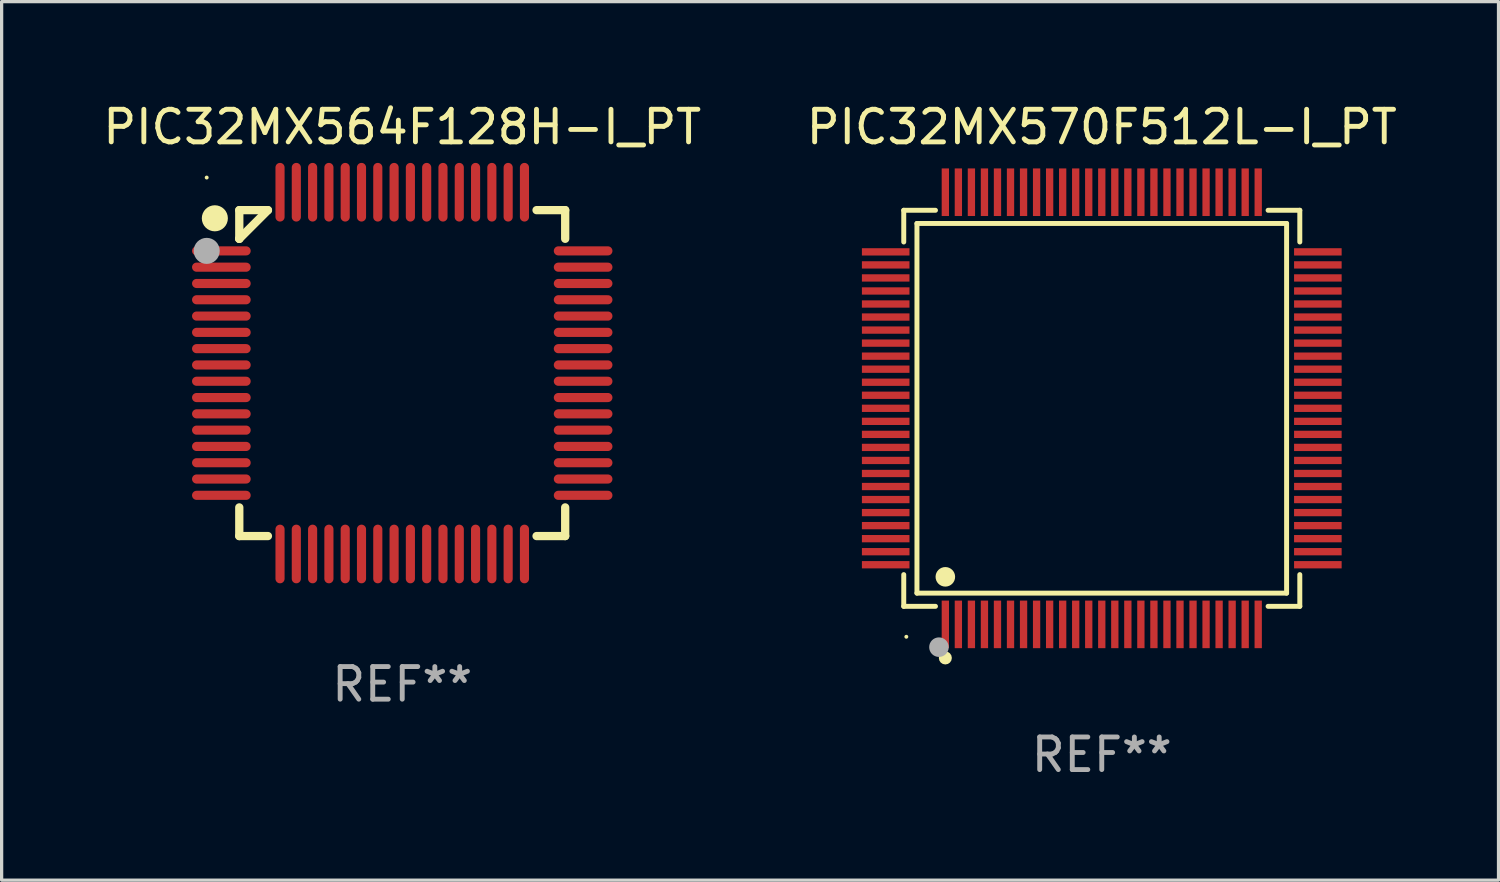
<source format=kicad_pcb>
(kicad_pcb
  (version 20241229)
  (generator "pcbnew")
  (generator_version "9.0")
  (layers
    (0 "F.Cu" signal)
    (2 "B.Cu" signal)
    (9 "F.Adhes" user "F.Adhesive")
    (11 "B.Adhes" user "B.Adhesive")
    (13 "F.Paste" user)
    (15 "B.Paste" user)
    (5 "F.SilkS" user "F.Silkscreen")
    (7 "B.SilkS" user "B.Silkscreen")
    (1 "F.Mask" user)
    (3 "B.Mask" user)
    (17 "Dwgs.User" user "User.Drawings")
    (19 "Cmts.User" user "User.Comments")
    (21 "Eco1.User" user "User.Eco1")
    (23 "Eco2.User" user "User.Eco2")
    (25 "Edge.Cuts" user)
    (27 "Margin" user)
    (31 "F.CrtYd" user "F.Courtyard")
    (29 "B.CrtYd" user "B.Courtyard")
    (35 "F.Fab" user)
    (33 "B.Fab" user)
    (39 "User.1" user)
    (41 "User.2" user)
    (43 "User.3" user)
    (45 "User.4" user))
  (footprint "PIC32MX564F128H-I_PT"
    (layer "F.Cu")
    (at 9.292 8.398)
    (property "Reference" "PIC32MX564F128H-I_PT" (at 0 -7.55 0) (layer "F.SilkS") (effects (font (size 1 1) (thickness 0.15))))
    (attr through_hole)
    (fp_line (start -5 -5) (end -4.121 -5) (stroke (width 0.254) (type solid)) (layer "F.SilkS"))
    (fp_line (start -5 -4.121) (end -5 -5) (stroke (width 0.254) (type solid)) (layer "F.SilkS"))
    (fp_line (start -5 -4.121) (end -5 -4.121) (stroke (width 0.254) (type solid)) (layer "F.SilkS"))
    (fp_line (start -5 -4.121) (end -4.121 -5) (stroke (width 0.254) (type solid)) (layer "F.SilkS"))
    (fp_line (start -5 5) (end -5 4.121) (stroke (width 0.254) (type solid)) (layer "F.SilkS"))
    (fp_line (start -4.121 5) (end -5 5) (stroke (width 0.254) (type solid)) (layer "F.SilkS"))
    (fp_line (start 4.121 -5) (end 5 -5) (stroke (width 0.254) (type solid)) (layer "F.SilkS"))
    (fp_line (start 5 -5) (end 5 -4.121) (stroke (width 0.254) (type solid)) (layer "F.SilkS"))
    (fp_line (start 5 4.121) (end 5 5) (stroke (width 0.254) (type solid)) (layer "F.SilkS"))
    (fp_line (start 5 5) (end 4.121 5) (stroke (width 0.254) (type solid)) (layer "F.SilkS"))
    (fp_circle (center -6 -6) (end -5.97 -6) (stroke (width 0.06) (type solid)) (fill no) (layer "F.SilkS"))
    (fp_circle (center -5.75 -4.75) (end -5.55 -4.75) (stroke (width 0.4) (type solid)) (fill no) (layer "F.SilkS"))
    (fp_circle (center -6 -3.75) (end -5.8 -3.75) (stroke (width 0.4) (type solid)) (fill no) (layer "F.Fab"))
    (fp_text user "REF**" (at 0 9.55 0) (layer "F.Fab") (effects (font (size 1 1) (thickness 0.15))))
    (pad "1" smd oval (at -5.55 -3.75 90) (size 0.28 1.8) (layers "F.Cu" "F.Mask" "F.Paste"))
    (pad "2" smd oval (at -5.55 -3.25 90) (size 0.28 1.8) (layers "F.Cu" "F.Mask" "F.Paste"))
    (pad "3" smd oval (at -5.55 -2.75 90) (size 0.28 1.8) (layers "F.Cu" "F.Mask" "F.Paste"))
    (pad "4" smd oval (at -5.55 -2.25 90) (size 0.28 1.8) (layers "F.Cu" "F.Mask" "F.Paste"))
    (pad "5" smd oval (at -5.55 -1.75 90) (size 0.28 1.8) (layers "F.Cu" "F.Mask" "F.Paste"))
    (pad "6" smd oval (at -5.55 -1.25 90) (size 0.28 1.8) (layers "F.Cu" "F.Mask" "F.Paste"))
    (pad "7" smd oval (at -5.55 -0.75 90) (size 0.28 1.8) (layers "F.Cu" "F.Mask" "F.Paste"))
    (pad "8" smd oval (at -5.55 -0.25 90) (size 0.28 1.8) (layers "F.Cu" "F.Mask" "F.Paste"))
    (pad "9" smd oval (at -5.55 0.25 90) (size 0.28 1.8) (layers "F.Cu" "F.Mask" "F.Paste"))
    (pad "10" smd oval (at -5.55 0.75 90) (size 0.28 1.8) (layers "F.Cu" "F.Mask" "F.Paste"))
    (pad "11" smd oval (at -5.55 1.25 90) (size 0.28 1.8) (layers "F.Cu" "F.Mask" "F.Paste"))
    (pad "12" smd oval (at -5.55 1.75 90) (size 0.28 1.8) (layers "F.Cu" "F.Mask" "F.Paste"))
    (pad "13" smd oval (at -5.55 2.25 90) (size 0.28 1.8) (layers "F.Cu" "F.Mask" "F.Paste"))
    (pad "14" smd oval (at -5.55 2.75 90) (size 0.28 1.8) (layers "F.Cu" "F.Mask" "F.Paste"))
    (pad "15" smd oval (at -5.55 3.25 90) (size 0.28 1.8) (layers "F.Cu" "F.Mask" "F.Paste"))
    (pad "16" smd oval (at -5.55 3.75 90) (size 0.28 1.8) (layers "F.Cu" "F.Mask" "F.Paste"))
    (pad "17" smd oval (at -3.75 5.55) (size 0.28 1.8) (layers "F.Cu" "F.Mask" "F.Paste"))
    (pad "18" smd oval (at -3.25 5.55) (size 0.28 1.8) (layers "F.Cu" "F.Mask" "F.Paste"))
    (pad "19" smd oval (at -2.75 5.55) (size 0.28 1.8) (layers "F.Cu" "F.Mask" "F.Paste"))
    (pad "20" smd oval (at -2.25 5.55) (size 0.28 1.8) (layers "F.Cu" "F.Mask" "F.Paste"))
    (pad "21" smd oval (at -1.75 5.55) (size 0.28 1.8) (layers "F.Cu" "F.Mask" "F.Paste"))
    (pad "22" smd oval (at -1.25 5.55) (size 0.28 1.8) (layers "F.Cu" "F.Mask" "F.Paste"))
    (pad "23" smd oval (at -0.75 5.55) (size 0.28 1.8) (layers "F.Cu" "F.Mask" "F.Paste"))
    (pad "24" smd oval (at -0.25 5.55) (size 0.28 1.8) (layers "F.Cu" "F.Mask" "F.Paste"))
    (pad "25" smd oval (at 0.25 5.55) (size 0.28 1.8) (layers "F.Cu" "F.Mask" "F.Paste"))
    (pad "26" smd oval (at 0.75 5.55) (size 0.28 1.8) (layers "F.Cu" "F.Mask" "F.Paste"))
    (pad "27" smd oval (at 1.25 5.55) (size 0.28 1.8) (layers "F.Cu" "F.Mask" "F.Paste"))
    (pad "28" smd oval (at 1.75 5.55) (size 0.28 1.8) (layers "F.Cu" "F.Mask" "F.Paste"))
    (pad "29" smd oval (at 2.25 5.55) (size 0.28 1.8) (layers "F.Cu" "F.Mask" "F.Paste"))
    (pad "30" smd oval (at 2.75 5.55) (size 0.28 1.8) (layers "F.Cu" "F.Mask" "F.Paste"))
    (pad "31" smd oval (at 3.25 5.55) (size 0.28 1.8) (layers "F.Cu" "F.Mask" "F.Paste"))
    (pad "32" smd oval (at 3.75 5.55) (size 0.28 1.8) (layers "F.Cu" "F.Mask" "F.Paste"))
    (pad "33" smd oval (at 5.55 3.75 90) (size 0.28 1.8) (layers "F.Cu" "F.Mask" "F.Paste"))
    (pad "34" smd oval (at 5.55 3.25 90) (size 0.28 1.8) (layers "F.Cu" "F.Mask" "F.Paste"))
    (pad "35" smd oval (at 5.55 2.75 90) (size 0.28 1.8) (layers "F.Cu" "F.Mask" "F.Paste"))
    (pad "36" smd oval (at 5.55 2.25 90) (size 0.28 1.8) (layers "F.Cu" "F.Mask" "F.Paste"))
    (pad "37" smd oval (at 5.55 1.75 90) (size 0.28 1.8) (layers "F.Cu" "F.Mask" "F.Paste"))
    (pad "38" smd oval (at 5.55 1.25 90) (size 0.28 1.8) (layers "F.Cu" "F.Mask" "F.Paste"))
    (pad "39" smd oval (at 5.55 0.75 90) (size 0.28 1.8) (layers "F.Cu" "F.Mask" "F.Paste"))
    (pad "40" smd oval (at 5.55 0.25 90) (size 0.28 1.8) (layers "F.Cu" "F.Mask" "F.Paste"))
    (pad "41" smd oval (at 5.55 -0.25 90) (size 0.28 1.8) (layers "F.Cu" "F.Mask" "F.Paste"))
    (pad "42" smd oval (at 5.55 -0.75 90) (size 0.28 1.8) (layers "F.Cu" "F.Mask" "F.Paste"))
    (pad "43" smd oval (at 5.55 -1.25 90) (size 0.28 1.8) (layers "F.Cu" "F.Mask" "F.Paste"))
    (pad "44" smd oval (at 5.55 -1.75 90) (size 0.28 1.8) (layers "F.Cu" "F.Mask" "F.Paste"))
    (pad "45" smd oval (at 5.55 -2.25 90) (size 0.28 1.8) (layers "F.Cu" "F.Mask" "F.Paste"))
    (pad "46" smd oval (at 5.55 -2.75 90) (size 0.28 1.8) (layers "F.Cu" "F.Mask" "F.Paste"))
    (pad "47" smd oval (at 5.55 -3.25 90) (size 0.28 1.8) (layers "F.Cu" "F.Mask" "F.Paste"))
    (pad "48" smd oval (at 5.55 -3.75 90) (size 0.28 1.8) (layers "F.Cu" "F.Mask" "F.Paste"))
    (pad "49" smd oval (at 3.75 -5.55) (size 0.28 1.8) (layers "F.Cu" "F.Mask" "F.Paste"))
    (pad "50" smd oval (at 3.25 -5.55) (size 0.28 1.8) (layers "F.Cu" "F.Mask" "F.Paste"))
    (pad "51" smd oval (at 2.75 -5.55) (size 0.28 1.8) (layers "F.Cu" "F.Mask" "F.Paste"))
    (pad "52" smd oval (at 2.25 -5.55) (size 0.28 1.8) (layers "F.Cu" "F.Mask" "F.Paste"))
    (pad "53" smd oval (at 1.75 -5.55) (size 0.28 1.8) (layers "F.Cu" "F.Mask" "F.Paste"))
    (pad "54" smd oval (at 1.25 -5.55) (size 0.28 1.8) (layers "F.Cu" "F.Mask" "F.Paste"))
    (pad "55" smd oval (at 0.75 -5.55) (size 0.28 1.8) (layers "F.Cu" "F.Mask" "F.Paste"))
    (pad "56" smd oval (at 0.25 -5.55) (size 0.28 1.8) (layers "F.Cu" "F.Mask" "F.Paste"))
    (pad "57" smd oval (at -0.25 -5.55) (size 0.28 1.8) (layers "F.Cu" "F.Mask" "F.Paste"))
    (pad "58" smd oval (at -0.75 -5.55) (size 0.28 1.8) (layers "F.Cu" "F.Mask" "F.Paste"))
    (pad "59" smd oval (at -1.25 -5.55) (size 0.28 1.8) (layers "F.Cu" "F.Mask" "F.Paste"))
    (pad "60" smd oval (at -1.75 -5.55) (size 0.28 1.8) (layers "F.Cu" "F.Mask" "F.Paste"))
    (pad "61" smd oval (at -2.25 -5.55) (size 0.28 1.8) (layers "F.Cu" "F.Mask" "F.Paste"))
    (pad "62" smd oval (at -2.75 -5.55) (size 0.28 1.8) (layers "F.Cu" "F.Mask" "F.Paste"))
    (pad "63" smd oval (at -3.25 -5.55) (size 0.28 1.8) (layers "F.Cu" "F.Mask" "F.Paste"))
    (pad "64" smd oval (at -3.75 -5.55) (size 0.28 1.8) (layers "F.Cu" "F.Mask" "F.Paste")))
  (footprint "PIC32MX570F512L-I_PT"
    (layer "F.Cu")
    (at 30.756 9.478)
    (property "Reference" "PIC32MX570F512L-I_PT" (at 0 -8.63 0) (layer "F.SilkS") (effects (font (size 1 1) (thickness 0.15))))
    (attr through_hole)
    (fp_line (start -6.076 -6.076) (end -5.103 -6.076) (stroke (width 0.152) (type solid)) (layer "F.SilkS"))
    (fp_line (start -6.076 -5.103) (end -6.076 -6.076) (stroke (width 0.152) (type solid)) (layer "F.SilkS"))
    (fp_line (start -6.076 5.103) (end -6.076 6.076) (stroke (width 0.152) (type solid)) (layer "F.SilkS"))
    (fp_line (start -6.076 6.076) (end -5.103 6.076) (stroke (width 0.152) (type solid)) (layer "F.SilkS"))
    (fp_line (start -5.671 -5.671) (end 5.671 -5.671) (stroke (width 0.152) (type solid)) (layer "F.SilkS"))
    (fp_line (start -5.671 5.671) (end -5.671 -5.671) (stroke (width 0.152) (type solid)) (layer "F.SilkS"))
    (fp_line (start 5.671 -5.671) (end 5.671 5.671) (stroke (width 0.152) (type solid)) (layer "F.SilkS"))
    (fp_line (start 5.671 5.671) (end -5.671 5.671) (stroke (width 0.152) (type solid)) (layer "F.SilkS"))
    (fp_line (start 6.076 -6.076) (end 5.103 -6.076) (stroke (width 0.152) (type solid)) (layer "F.SilkS"))
    (fp_line (start 6.076 -5.103) (end 6.076 -6.076) (stroke (width 0.152) (type solid)) (layer "F.SilkS"))
    (fp_line (start 6.076 5.103) (end 6.076 6.076) (stroke (width 0.152) (type solid)) (layer "F.SilkS"))
    (fp_line (start 6.076 6.076) (end 5.103 6.076) (stroke (width 0.152) (type solid)) (layer "F.SilkS"))
    (fp_circle (center -5.997 7.01) (end -5.967 7.01) (stroke (width 0.06) (type solid)) (fill no) (layer "F.SilkS"))
    (fp_circle (center -4.8 5.171) (end -4.65 5.171) (stroke (width 0.3) (type solid)) (fill no) (layer "F.SilkS"))
    (fp_circle (center -4.8 7.66) (end -4.7 7.66) (stroke (width 0.2) (type solid)) (fill no) (layer "F.SilkS"))
    (fp_circle (center -4.996 7.329) (end -4.846 7.329) (stroke (width 0.3) (type solid)) (fill no) (layer "F.Fab"))
    (fp_text user "REF**" (at 0 10.63 0) (layer "F.Fab") (effects (font (size 1 1) (thickness 0.15))))
    (pad "1" smd rect (at -4.8 6.63) (size 0.224 1.46) (layers "F.Cu" "F.Mask" "F.Paste"))
    (pad "2" smd rect (at -4.4 6.63) (size 0.224 1.46) (layers "F.Cu" "F.Mask" "F.Paste"))
    (pad "3" smd rect (at -4 6.63) (size 0.224 1.46) (layers "F.Cu" "F.Mask" "F.Paste"))
    (pad "4" smd rect (at -3.6 6.63) (size 0.224 1.46) (layers "F.Cu" "F.Mask" "F.Paste"))
    (pad "5" smd rect (at -3.2 6.63) (size 0.224 1.46) (layers "F.Cu" "F.Mask" "F.Paste"))
    (pad "6" smd rect (at -2.8 6.63) (size 0.224 1.46) (layers "F.Cu" "F.Mask" "F.Paste"))
    (pad "7" smd rect (at -2.4 6.63) (size 0.224 1.46) (layers "F.Cu" "F.Mask" "F.Paste"))
    (pad "8" smd rect (at -2 6.63) (size 0.224 1.46) (layers "F.Cu" "F.Mask" "F.Paste"))
    (pad "9" smd rect (at -1.6 6.63) (size 0.224 1.46) (layers "F.Cu" "F.Mask" "F.Paste"))
    (pad "10" smd rect (at -1.2 6.63) (size 0.224 1.46) (layers "F.Cu" "F.Mask" "F.Paste"))
    (pad "11" smd rect (at -0.8 6.63) (size 0.224 1.46) (layers "F.Cu" "F.Mask" "F.Paste"))
    (pad "12" smd rect (at -0.4 6.63) (size 0.224 1.46) (layers "F.Cu" "F.Mask" "F.Paste"))
    (pad "13" smd rect (at 0 6.63) (size 0.224 1.46) (layers "F.Cu" "F.Mask" "F.Paste"))
    (pad "14" smd rect (at 0.4 6.63) (size 0.224 1.46) (layers "F.Cu" "F.Mask" "F.Paste"))
    (pad "15" smd rect (at 0.8 6.63) (size 0.224 1.46) (layers "F.Cu" "F.Mask" "F.Paste"))
    (pad "16" smd rect (at 1.2 6.63) (size 0.224 1.46) (layers "F.Cu" "F.Mask" "F.Paste"))
    (pad "17" smd rect (at 1.6 6.63) (size 0.224 1.46) (layers "F.Cu" "F.Mask" "F.Paste"))
    (pad "18" smd rect (at 2 6.63) (size 0.224 1.46) (layers "F.Cu" "F.Mask" "F.Paste"))
    (pad "19" smd rect (at 2.4 6.63) (size 0.224 1.46) (layers "F.Cu" "F.Mask" "F.Paste"))
    (pad "20" smd rect (at 2.8 6.63) (size 0.224 1.46) (layers "F.Cu" "F.Mask" "F.Paste"))
    (pad "21" smd rect (at 3.2 6.63) (size 0.224 1.46) (layers "F.Cu" "F.Mask" "F.Paste"))
    (pad "22" smd rect (at 3.6 6.63) (size 0.224 1.46) (layers "F.Cu" "F.Mask" "F.Paste"))
    (pad "23" smd rect (at 4 6.63) (size 0.224 1.46) (layers "F.Cu" "F.Mask" "F.Paste"))
    (pad "24" smd rect (at 4.4 6.63) (size 0.224 1.46) (layers "F.Cu" "F.Mask" "F.Paste"))
    (pad "25" smd rect (at 4.8 6.63) (size 0.224 1.46) (layers "F.Cu" "F.Mask" "F.Paste"))
    (pad "26" smd rect (at 6.63 4.8) (size 1.46 0.224) (layers "F.Cu" "F.Mask" "F.Paste"))
    (pad "27" smd rect (at 6.63 4.4) (size 1.46 0.224) (layers "F.Cu" "F.Mask" "F.Paste"))
    (pad "28" smd rect (at 6.63 4) (size 1.46 0.224) (layers "F.Cu" "F.Mask" "F.Paste"))
    (pad "29" smd rect (at 6.63 3.6) (size 1.46 0.224) (layers "F.Cu" "F.Mask" "F.Paste"))
    (pad "30" smd rect (at 6.63 3.2) (size 1.46 0.224) (layers "F.Cu" "F.Mask" "F.Paste"))
    (pad "31" smd rect (at 6.63 2.8) (size 1.46 0.224) (layers "F.Cu" "F.Mask" "F.Paste"))
    (pad "32" smd rect (at 6.63 2.4) (size 1.46 0.224) (layers "F.Cu" "F.Mask" "F.Paste"))
    (pad "33" smd rect (at 6.63 2) (size 1.46 0.224) (layers "F.Cu" "F.Mask" "F.Paste"))
    (pad "34" smd rect (at 6.63 1.6) (size 1.46 0.224) (layers "F.Cu" "F.Mask" "F.Paste"))
    (pad "35" smd rect (at 6.63 1.2) (size 1.46 0.224) (layers "F.Cu" "F.Mask" "F.Paste"))
    (pad "36" smd rect (at 6.63 0.8) (size 1.46 0.224) (layers "F.Cu" "F.Mask" "F.Paste"))
    (pad "37" smd rect (at 6.63 0.4) (size 1.46 0.224) (layers "F.Cu" "F.Mask" "F.Paste"))
    (pad "38" smd rect (at 6.63 0) (size 1.46 0.224) (layers "F.Cu" "F.Mask" "F.Paste"))
    (pad "39" smd rect (at 6.63 -0.4) (size 1.46 0.224) (layers "F.Cu" "F.Mask" "F.Paste"))
    (pad "40" smd rect (at 6.63 -0.8) (size 1.46 0.224) (layers "F.Cu" "F.Mask" "F.Paste"))
    (pad "41" smd rect (at 6.63 -1.2) (size 1.46 0.224) (layers "F.Cu" "F.Mask" "F.Paste"))
    (pad "42" smd rect (at 6.63 -1.6) (size 1.46 0.224) (layers "F.Cu" "F.Mask" "F.Paste"))
    (pad "43" smd rect (at 6.63 -2) (size 1.46 0.224) (layers "F.Cu" "F.Mask" "F.Paste"))
    (pad "44" smd rect (at 6.63 -2.4) (size 1.46 0.224) (layers "F.Cu" "F.Mask" "F.Paste"))
    (pad "45" smd rect (at 6.63 -2.8) (size 1.46 0.224) (layers "F.Cu" "F.Mask" "F.Paste"))
    (pad "46" smd rect (at 6.63 -3.2) (size 1.46 0.224) (layers "F.Cu" "F.Mask" "F.Paste"))
    (pad "47" smd rect (at 6.63 -3.6) (size 1.46 0.224) (layers "F.Cu" "F.Mask" "F.Paste"))
    (pad "48" smd rect (at 6.63 -4) (size 1.46 0.224) (layers "F.Cu" "F.Mask" "F.Paste"))
    (pad "49" smd rect (at 6.63 -4.4) (size 1.46 0.224) (layers "F.Cu" "F.Mask" "F.Paste"))
    (pad "50" smd rect (at 6.63 -4.8) (size 1.46 0.224) (layers "F.Cu" "F.Mask" "F.Paste"))
    (pad "51" smd rect (at 4.8 -6.63) (size 0.224 1.46) (layers "F.Cu" "F.Mask" "F.Paste"))
    (pad "52" smd rect (at 4.4 -6.63) (size 0.224 1.46) (layers "F.Cu" "F.Mask" "F.Paste"))
    (pad "53" smd rect (at 4 -6.63) (size 0.224 1.46) (layers "F.Cu" "F.Mask" "F.Paste"))
    (pad "54" smd rect (at 3.6 -6.63) (size 0.224 1.46) (layers "F.Cu" "F.Mask" "F.Paste"))
    (pad "55" smd rect (at 3.2 -6.63) (size 0.224 1.46) (layers "F.Cu" "F.Mask" "F.Paste"))
    (pad "56" smd rect (at 2.8 -6.63) (size 0.224 1.46) (layers "F.Cu" "F.Mask" "F.Paste"))
    (pad "57" smd rect (at 2.4 -6.63) (size 0.224 1.46) (layers "F.Cu" "F.Mask" "F.Paste"))
    (pad "58" smd rect (at 2 -6.63) (size 0.224 1.46) (layers "F.Cu" "F.Mask" "F.Paste"))
    (pad "59" smd rect (at 1.6 -6.63) (size 0.224 1.46) (layers "F.Cu" "F.Mask" "F.Paste"))
    (pad "60" smd rect (at 1.2 -6.63) (size 0.224 1.46) (layers "F.Cu" "F.Mask" "F.Paste"))
    (pad "61" smd rect (at 0.8 -6.63) (size 0.224 1.46) (layers "F.Cu" "F.Mask" "F.Paste"))
    (pad "62" smd rect (at 0.4 -6.63) (size 0.224 1.46) (layers "F.Cu" "F.Mask" "F.Paste"))
    (pad "63" smd rect (at 0 -6.63) (size 0.224 1.46) (layers "F.Cu" "F.Mask" "F.Paste"))
    (pad "64" smd rect (at -0.4 -6.63) (size 0.224 1.46) (layers "F.Cu" "F.Mask" "F.Paste"))
    (pad "65" smd rect (at -0.8 -6.63) (size 0.224 1.46) (layers "F.Cu" "F.Mask" "F.Paste"))
    (pad "66" smd rect (at -1.2 -6.63) (size 0.224 1.46) (layers "F.Cu" "F.Mask" "F.Paste"))
    (pad "67" smd rect (at -1.6 -6.63) (size 0.224 1.46) (layers "F.Cu" "F.Mask" "F.Paste"))
    (pad "68" smd rect (at -2 -6.63) (size 0.224 1.46) (layers "F.Cu" "F.Mask" "F.Paste"))
    (pad "69" smd rect (at -2.4 -6.63) (size 0.224 1.46) (layers "F.Cu" "F.Mask" "F.Paste"))
    (pad "70" smd rect (at -2.8 -6.63) (size 0.224 1.46) (layers "F.Cu" "F.Mask" "F.Paste"))
    (pad "71" smd rect (at -3.2 -6.63) (size 0.224 1.46) (layers "F.Cu" "F.Mask" "F.Paste"))
    (pad "72" smd rect (at -3.6 -6.63) (size 0.224 1.46) (layers "F.Cu" "F.Mask" "F.Paste"))
    (pad "73" smd rect (at -4 -6.63) (size 0.224 1.46) (layers "F.Cu" "F.Mask" "F.Paste"))
    (pad "74" smd rect (at -4.4 -6.63) (size 0.224 1.46) (layers "F.Cu" "F.Mask" "F.Paste"))
    (pad "75" smd rect (at -4.8 -6.63) (size 0.224 1.46) (layers "F.Cu" "F.Mask" "F.Paste"))
    (pad "76" smd rect (at -6.63 -4.8) (size 1.46 0.224) (layers "F.Cu" "F.Mask" "F.Paste"))
    (pad "77" smd rect (at -6.63 -4.4) (size 1.46 0.224) (layers "F.Cu" "F.Mask" "F.Paste"))
    (pad "78" smd rect (at -6.63 -4) (size 1.46 0.224) (layers "F.Cu" "F.Mask" "F.Paste"))
    (pad "79" smd rect (at -6.63 -3.6) (size 1.46 0.224) (layers "F.Cu" "F.Mask" "F.Paste"))
    (pad "80" smd rect (at -6.63 -3.2) (size 1.46 0.224) (layers "F.Cu" "F.Mask" "F.Paste"))
    (pad "81" smd rect (at -6.63 -2.8) (size 1.46 0.224) (layers "F.Cu" "F.Mask" "F.Paste"))
    (pad "82" smd rect (at -6.63 -2.4) (size 1.46 0.224) (layers "F.Cu" "F.Mask" "F.Paste"))
    (pad "83" smd rect (at -6.63 -2) (size 1.46 0.224) (layers "F.Cu" "F.Mask" "F.Paste"))
    (pad "84" smd rect (at -6.63 -1.6) (size 1.46 0.224) (layers "F.Cu" "F.Mask" "F.Paste"))
    (pad "85" smd rect (at -6.63 -1.2) (size 1.46 0.224) (layers "F.Cu" "F.Mask" "F.Paste"))
    (pad "86" smd rect (at -6.63 -0.8) (size 1.46 0.224) (layers "F.Cu" "F.Mask" "F.Paste"))
    (pad "87" smd rect (at -6.63 -0.4) (size 1.46 0.224) (layers "F.Cu" "F.Mask" "F.Paste"))
    (pad "88" smd rect (at -6.63 0) (size 1.46 0.224) (layers "F.Cu" "F.Mask" "F.Paste"))
    (pad "89" smd rect (at -6.63 0.4) (size 1.46 0.224) (layers "F.Cu" "F.Mask" "F.Paste"))
    (pad "90" smd rect (at -6.63 0.8) (size 1.46 0.224) (layers "F.Cu" "F.Mask" "F.Paste"))
    (pad "91" smd rect (at -6.63 1.2) (size 1.46 0.224) (layers "F.Cu" "F.Mask" "F.Paste"))
    (pad "92" smd rect (at -6.63 1.6) (size 1.46 0.224) (layers "F.Cu" "F.Mask" "F.Paste"))
    (pad "93" smd rect (at -6.63 2) (size 1.46 0.224) (layers "F.Cu" "F.Mask" "F.Paste"))
    (pad "94" smd rect (at -6.63 2.4) (size 1.46 0.224) (layers "F.Cu" "F.Mask" "F.Paste"))
    (pad "95" smd rect (at -6.63 2.8) (size 1.46 0.224) (layers "F.Cu" "F.Mask" "F.Paste"))
    (pad "96" smd rect (at -6.63 3.2) (size 1.46 0.224) (layers "F.Cu" "F.Mask" "F.Paste"))
    (pad "97" smd rect (at -6.63 3.6) (size 1.46 0.224) (layers "F.Cu" "F.Mask" "F.Paste"))
    (pad "98" smd rect (at -6.63 4) (size 1.46 0.224) (layers "F.Cu" "F.Mask" "F.Paste"))
    (pad "99" smd rect (at -6.63 4.4) (size 1.46 0.224) (layers "F.Cu" "F.Mask" "F.Paste"))
    (pad "100" smd rect (at -6.63 4.8) (size 1.46 0.224) (layers "F.Cu" "F.Mask" "F.Paste")))
  (gr_rect
    (start -3 -3)
    (end 42.929 23.956)
    (stroke (width 0.1) (type default))
    (fill no)
    (layer "Edge.Cuts")))
</source>
